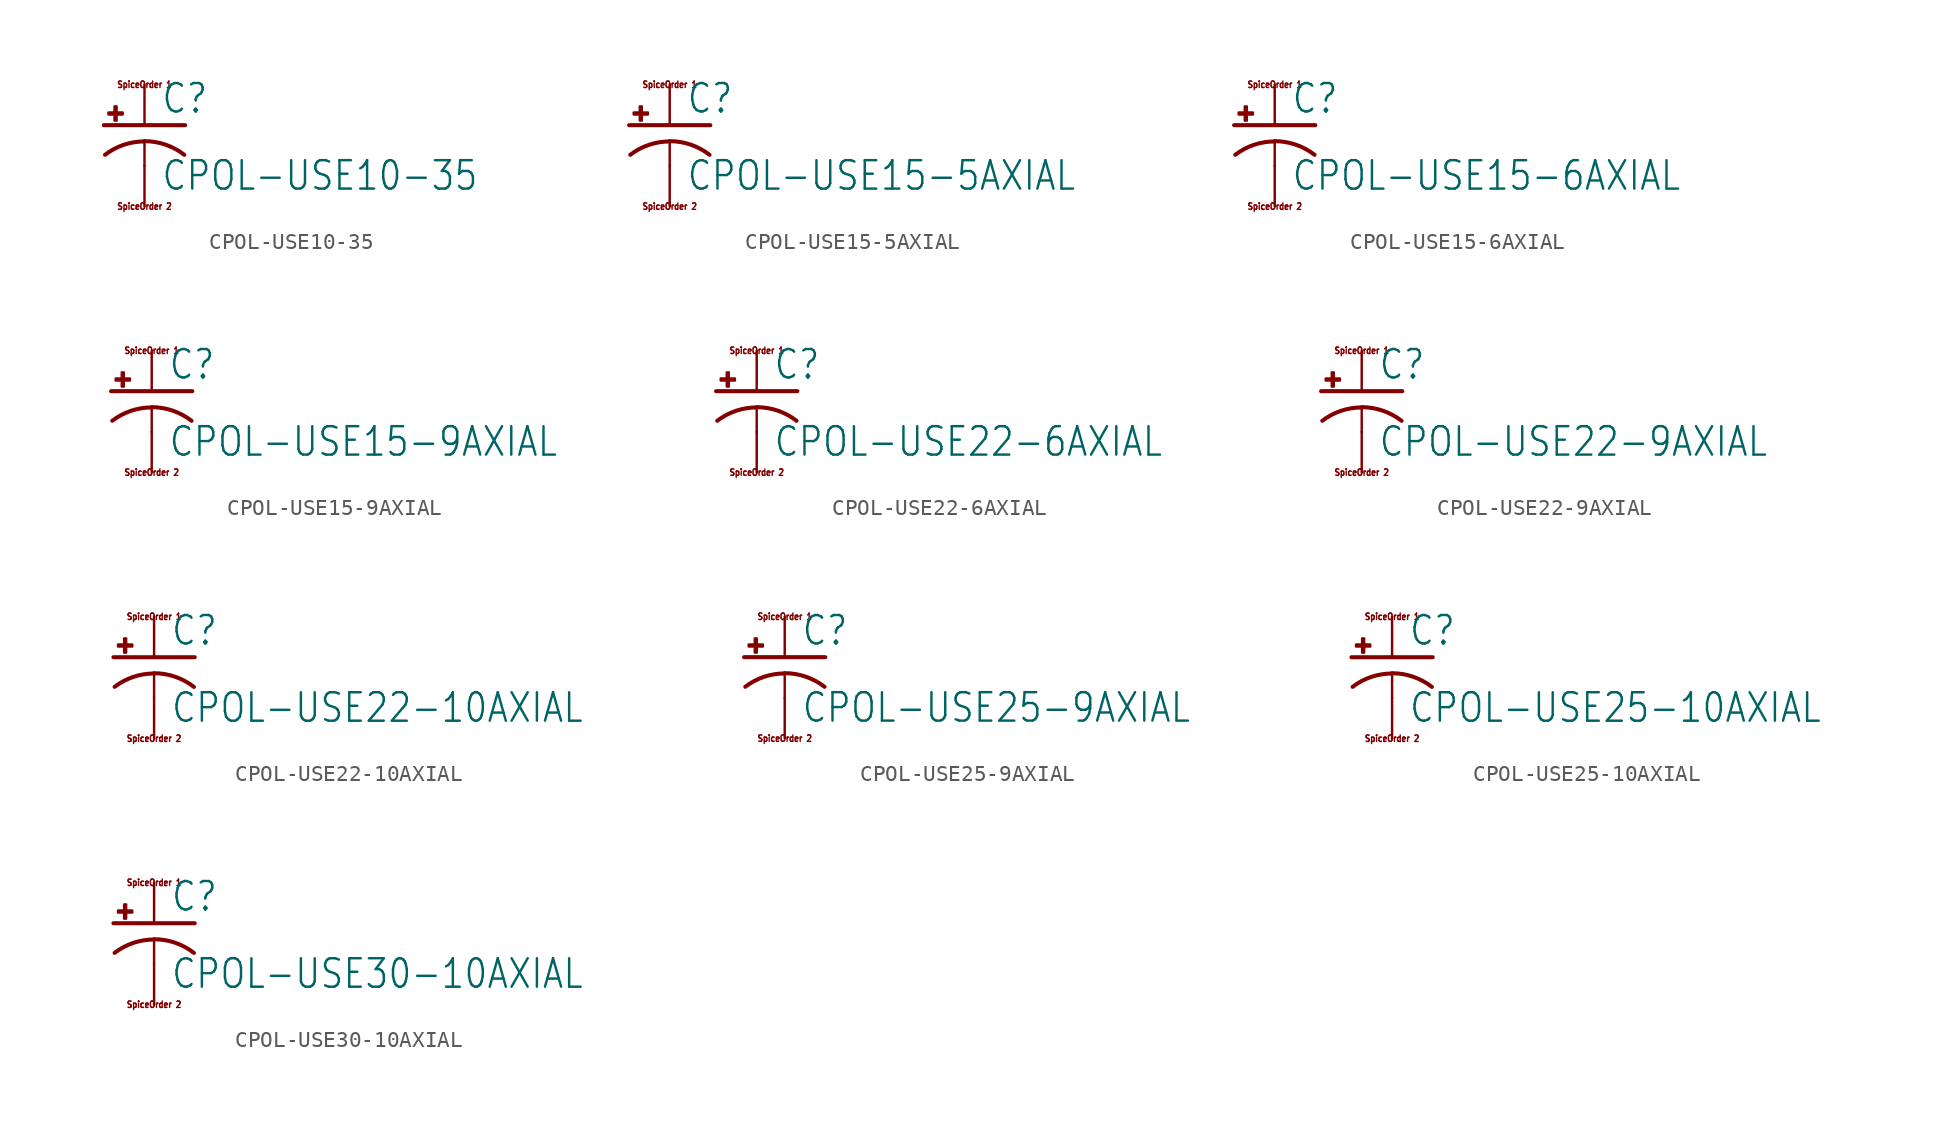
<source format=kicad_sym>
(kicad_symbol_lib
  (version 20211014)
  (generator kicad_symbol_editor)
  (symbol "CPOL-USE10-35"
    (property "Reference" "C"
      (at 1.016 0.635 0)
      (effects (font (size 1.778 1.511)) (justify left bottom)))
    (property "Value" "CPOL-USE10-35"
      (at 1.016 -4.191 0)
      (effects (font (size 1.778 1.511)) (justify left bottom)))
    (property "ki_locked" ""
      (at 0 0 0)
      (effects (font (size 1.27 1.27))))
    (symbol "CPOL-USE10-35_1_0"
      (rectangle (start -2.253 0.668) (end -1.364 0.795) (stroke (width 0) (type default) (color 0 0 0 0)) (fill (type outline)))
      (rectangle (start -1.872 0.287) (end -1.745 1.176) (stroke (width 0) (type default) (color 0 0 0 0)) (fill (type outline)))
      (arc (start 0 -1.0161) (mid -1.3021 -1.2302) (end -2.4669 -1.8504) (stroke (width 0.254) (type default) (color 0 0 0 0)) (fill (type none)))
      (polyline (pts (xy -2.54 0) (xy 2.54 0)) (stroke (width 0.254) (type default) (color 0 0 0 0)) (fill (type none)))
      (polyline (pts (xy 0 -1.016) (xy 0 -2.54)) (stroke (width 0.152) (type default) (color 0 0 0 0)) (fill (type none)))
      (arc (start 2.4892 -1.8542) (mid 1.3158 -1.2195) (end 0 -1) (stroke (width 0.254) (type default) (color 0 0 0 0)) (fill (type none)))
      (text "SpiceOrder 1" (at 0 2.54 0) (effects (font (size 0.406 0.345))))
      (text "SpiceOrder 2" (at 0 -5.08 0) (effects (font (size 0.406 0.345))))
      (pin passive line (at 0 2.54 270) (length 2.54) (name "+" (effects (font (size 0 0)))) (number "+" (effects (font (size 0 0)))))
      (pin passive line (at 0 -5.08 90) (length 2.54) (name "-" (effects (font (size 0 0)))) (number "-" (effects (font (size 0 0)))))))
  (symbol "CPOL-USE15-5AXIAL"
    (property "Reference" "C"
      (at 1.016 0.635 0)
      (effects (font (size 1.778 1.511)) (justify left bottom)))
    (property "Value" "CPOL-USE15-5AXIAL"
      (at 1.016 -4.191 0)
      (effects (font (size 1.778 1.511)) (justify left bottom)))
    (property "ki_locked" ""
      (at 0 0 0)
      (effects (font (size 1.27 1.27))))
    (symbol "CPOL-USE15-5AXIAL_1_0"
      (rectangle (start -2.253 0.668) (end -1.364 0.795) (stroke (width 0) (type default) (color 0 0 0 0)) (fill (type outline)))
      (rectangle (start -1.872 0.287) (end -1.745 1.176) (stroke (width 0) (type default) (color 0 0 0 0)) (fill (type outline)))
      (arc (start 0 -1.0161) (mid -1.3021 -1.2302) (end -2.4669 -1.8504) (stroke (width 0.254) (type default) (color 0 0 0 0)) (fill (type none)))
      (polyline (pts (xy -2.54 0) (xy 2.54 0)) (stroke (width 0.254) (type default) (color 0 0 0 0)) (fill (type none)))
      (polyline (pts (xy 0 -1.016) (xy 0 -2.54)) (stroke (width 0.152) (type default) (color 0 0 0 0)) (fill (type none)))
      (arc (start 2.4892 -1.8542) (mid 1.3158 -1.2195) (end 0 -1) (stroke (width 0.254) (type default) (color 0 0 0 0)) (fill (type none)))
      (text "SpiceOrder 1" (at 0 2.54 0) (effects (font (size 0.406 0.345))))
      (text "SpiceOrder 2" (at 0 -5.08 0) (effects (font (size 0.406 0.345))))
      (pin passive line (at 0 2.54 270) (length 2.54) (name "+" (effects (font (size 0 0)))) (number "+" (effects (font (size 0 0)))))
      (pin passive line (at 0 -5.08 90) (length 2.54) (name "-" (effects (font (size 0 0)))) (number "-" (effects (font (size 0 0)))))))
  (symbol "CPOL-USE15-6AXIAL"
    (property "Reference" "C"
      (at 1.016 0.635 0)
      (effects (font (size 1.778 1.511)) (justify left bottom)))
    (property "Value" "CPOL-USE15-6AXIAL"
      (at 1.016 -4.191 0)
      (effects (font (size 1.778 1.511)) (justify left bottom)))
    (property "ki_locked" ""
      (at 0 0 0)
      (effects (font (size 1.27 1.27))))
    (symbol "CPOL-USE15-6AXIAL_1_0"
      (rectangle (start -2.253 0.668) (end -1.364 0.795) (stroke (width 0) (type default) (color 0 0 0 0)) (fill (type outline)))
      (rectangle (start -1.872 0.287) (end -1.745 1.176) (stroke (width 0) (type default) (color 0 0 0 0)) (fill (type outline)))
      (arc (start 0 -1.0161) (mid -1.3021 -1.2302) (end -2.4669 -1.8504) (stroke (width 0.254) (type default) (color 0 0 0 0)) (fill (type none)))
      (polyline (pts (xy -2.54 0) (xy 2.54 0)) (stroke (width 0.254) (type default) (color 0 0 0 0)) (fill (type none)))
      (polyline (pts (xy 0 -1.016) (xy 0 -2.54)) (stroke (width 0.152) (type default) (color 0 0 0 0)) (fill (type none)))
      (arc (start 2.4892 -1.8542) (mid 1.3158 -1.2195) (end 0 -1) (stroke (width 0.254) (type default) (color 0 0 0 0)) (fill (type none)))
      (text "SpiceOrder 1" (at 0 2.54 0) (effects (font (size 0.406 0.345))))
      (text "SpiceOrder 2" (at 0 -5.08 0) (effects (font (size 0.406 0.345))))
      (pin passive line (at 0 2.54 270) (length 2.54) (name "+" (effects (font (size 0 0)))) (number "+" (effects (font (size 0 0)))))
      (pin passive line (at 0 -5.08 90) (length 2.54) (name "-" (effects (font (size 0 0)))) (number "-" (effects (font (size 0 0)))))))
  (symbol "CPOL-USE15-9AXIAL"
    (property "Reference" "C"
      (at 1.016 0.635 0)
      (effects (font (size 1.778 1.511)) (justify left bottom)))
    (property "Value" "CPOL-USE15-9AXIAL"
      (at 1.016 -4.191 0)
      (effects (font (size 1.778 1.511)) (justify left bottom)))
    (property "ki_locked" ""
      (at 0 0 0)
      (effects (font (size 1.27 1.27))))
    (symbol "CPOL-USE15-9AXIAL_1_0"
      (rectangle (start -2.253 0.668) (end -1.364 0.795) (stroke (width 0) (type default) (color 0 0 0 0)) (fill (type outline)))
      (rectangle (start -1.872 0.287) (end -1.745 1.176) (stroke (width 0) (type default) (color 0 0 0 0)) (fill (type outline)))
      (arc (start 0 -1.0161) (mid -1.3021 -1.2302) (end -2.4669 -1.8504) (stroke (width 0.254) (type default) (color 0 0 0 0)) (fill (type none)))
      (polyline (pts (xy -2.54 0) (xy 2.54 0)) (stroke (width 0.254) (type default) (color 0 0 0 0)) (fill (type none)))
      (polyline (pts (xy 0 -1.016) (xy 0 -2.54)) (stroke (width 0.152) (type default) (color 0 0 0 0)) (fill (type none)))
      (arc (start 2.4892 -1.8542) (mid 1.3158 -1.2195) (end 0 -1) (stroke (width 0.254) (type default) (color 0 0 0 0)) (fill (type none)))
      (text "SpiceOrder 1" (at 0 2.54 0) (effects (font (size 0.406 0.345))))
      (text "SpiceOrder 2" (at 0 -5.08 0) (effects (font (size 0.406 0.345))))
      (pin passive line (at 0 2.54 270) (length 2.54) (name "+" (effects (font (size 0 0)))) (number "+" (effects (font (size 0 0)))))
      (pin passive line (at 0 -5.08 90) (length 2.54) (name "-" (effects (font (size 0 0)))) (number "-" (effects (font (size 0 0)))))))
  (symbol "CPOL-USE22-6AXIAL"
    (property "Reference" "C"
      (at 1.016 0.635 0)
      (effects (font (size 1.778 1.511)) (justify left bottom)))
    (property "Value" "CPOL-USE22-6AXIAL"
      (at 1.016 -4.191 0)
      (effects (font (size 1.778 1.511)) (justify left bottom)))
    (property "ki_locked" ""
      (at 0 0 0)
      (effects (font (size 1.27 1.27))))
    (symbol "CPOL-USE22-6AXIAL_1_0"
      (rectangle (start -2.253 0.668) (end -1.364 0.795) (stroke (width 0) (type default) (color 0 0 0 0)) (fill (type outline)))
      (rectangle (start -1.872 0.287) (end -1.745 1.176) (stroke (width 0) (type default) (color 0 0 0 0)) (fill (type outline)))
      (arc (start 0 -1.0161) (mid -1.3021 -1.2302) (end -2.4669 -1.8504) (stroke (width 0.254) (type default) (color 0 0 0 0)) (fill (type none)))
      (polyline (pts (xy -2.54 0) (xy 2.54 0)) (stroke (width 0.254) (type default) (color 0 0 0 0)) (fill (type none)))
      (polyline (pts (xy 0 -1.016) (xy 0 -2.54)) (stroke (width 0.152) (type default) (color 0 0 0 0)) (fill (type none)))
      (arc (start 2.4892 -1.8542) (mid 1.3158 -1.2195) (end 0 -1) (stroke (width 0.254) (type default) (color 0 0 0 0)) (fill (type none)))
      (text "SpiceOrder 1" (at 0 2.54 0) (effects (font (size 0.406 0.345))))
      (text "SpiceOrder 2" (at 0 -5.08 0) (effects (font (size 0.406 0.345))))
      (pin passive line (at 0 2.54 270) (length 2.54) (name "+" (effects (font (size 0 0)))) (number "+" (effects (font (size 0 0)))))
      (pin passive line (at 0 -5.08 90) (length 2.54) (name "-" (effects (font (size 0 0)))) (number "-" (effects (font (size 0 0)))))))
  (symbol "CPOL-USE22-9AXIAL"
    (property "Reference" "C"
      (at 1.016 0.635 0)
      (effects (font (size 1.778 1.511)) (justify left bottom)))
    (property "Value" "CPOL-USE22-9AXIAL"
      (at 1.016 -4.191 0)
      (effects (font (size 1.778 1.511)) (justify left bottom)))
    (property "ki_locked" ""
      (at 0 0 0)
      (effects (font (size 1.27 1.27))))
    (symbol "CPOL-USE22-9AXIAL_1_0"
      (rectangle (start -2.253 0.668) (end -1.364 0.795) (stroke (width 0) (type default) (color 0 0 0 0)) (fill (type outline)))
      (rectangle (start -1.872 0.287) (end -1.745 1.176) (stroke (width 0) (type default) (color 0 0 0 0)) (fill (type outline)))
      (arc (start 0 -1.0161) (mid -1.3021 -1.2302) (end -2.4669 -1.8504) (stroke (width 0.254) (type default) (color 0 0 0 0)) (fill (type none)))
      (polyline (pts (xy -2.54 0) (xy 2.54 0)) (stroke (width 0.254) (type default) (color 0 0 0 0)) (fill (type none)))
      (polyline (pts (xy 0 -1.016) (xy 0 -2.54)) (stroke (width 0.152) (type default) (color 0 0 0 0)) (fill (type none)))
      (arc (start 2.4892 -1.8542) (mid 1.3158 -1.2195) (end 0 -1) (stroke (width 0.254) (type default) (color 0 0 0 0)) (fill (type none)))
      (text "SpiceOrder 1" (at 0 2.54 0) (effects (font (size 0.406 0.345))))
      (text "SpiceOrder 2" (at 0 -5.08 0) (effects (font (size 0.406 0.345))))
      (pin passive line (at 0 2.54 270) (length 2.54) (name "+" (effects (font (size 0 0)))) (number "+" (effects (font (size 0 0)))))
      (pin passive line (at 0 -5.08 90) (length 2.54) (name "-" (effects (font (size 0 0)))) (number "-" (effects (font (size 0 0)))))))
  (symbol "CPOL-USE22-10AXIAL"
    (property "Reference" "C"
      (at 1.016 0.635 0)
      (effects (font (size 1.778 1.511)) (justify left bottom)))
    (property "Value" "CPOL-USE22-10AXIAL"
      (at 1.016 -4.191 0)
      (effects (font (size 1.778 1.511)) (justify left bottom)))
    (property "ki_locked" ""
      (at 0 0 0)
      (effects (font (size 1.27 1.27))))
    (symbol "CPOL-USE22-10AXIAL_1_0"
      (rectangle (start -2.253 0.668) (end -1.364 0.795) (stroke (width 0) (type default) (color 0 0 0 0)) (fill (type outline)))
      (rectangle (start -1.872 0.287) (end -1.745 1.176) (stroke (width 0) (type default) (color 0 0 0 0)) (fill (type outline)))
      (arc (start 0 -1.0161) (mid -1.3021 -1.2302) (end -2.4669 -1.8504) (stroke (width 0.254) (type default) (color 0 0 0 0)) (fill (type none)))
      (polyline (pts (xy -2.54 0) (xy 2.54 0)) (stroke (width 0.254) (type default) (color 0 0 0 0)) (fill (type none)))
      (polyline (pts (xy 0 -1.016) (xy 0 -2.54)) (stroke (width 0.152) (type default) (color 0 0 0 0)) (fill (type none)))
      (arc (start 2.4892 -1.8542) (mid 1.3158 -1.2195) (end 0 -1) (stroke (width 0.254) (type default) (color 0 0 0 0)) (fill (type none)))
      (text "SpiceOrder 1" (at 0 2.54 0) (effects (font (size 0.406 0.345))))
      (text "SpiceOrder 2" (at 0 -5.08 0) (effects (font (size 0.406 0.345))))
      (pin passive line (at 0 2.54 270) (length 2.54) (name "+" (effects (font (size 0 0)))) (number "+" (effects (font (size 0 0)))))
      (pin passive line (at 0 -5.08 90) (length 2.54) (name "-" (effects (font (size 0 0)))) (number "-" (effects (font (size 0 0)))))))
  (symbol "CPOL-USE25-9AXIAL"
    (property "Reference" "C"
      (at 1.016 0.635 0)
      (effects (font (size 1.778 1.511)) (justify left bottom)))
    (property "Value" "CPOL-USE25-9AXIAL"
      (at 1.016 -4.191 0)
      (effects (font (size 1.778 1.511)) (justify left bottom)))
    (property "ki_locked" ""
      (at 0 0 0)
      (effects (font (size 1.27 1.27))))
    (symbol "CPOL-USE25-9AXIAL_1_0"
      (rectangle (start -2.253 0.668) (end -1.364 0.795) (stroke (width 0) (type default) (color 0 0 0 0)) (fill (type outline)))
      (rectangle (start -1.872 0.287) (end -1.745 1.176) (stroke (width 0) (type default) (color 0 0 0 0)) (fill (type outline)))
      (arc (start 0 -1.0161) (mid -1.3021 -1.2302) (end -2.4669 -1.8504) (stroke (width 0.254) (type default) (color 0 0 0 0)) (fill (type none)))
      (polyline (pts (xy -2.54 0) (xy 2.54 0)) (stroke (width 0.254) (type default) (color 0 0 0 0)) (fill (type none)))
      (polyline (pts (xy 0 -1.016) (xy 0 -2.54)) (stroke (width 0.152) (type default) (color 0 0 0 0)) (fill (type none)))
      (arc (start 2.4892 -1.8542) (mid 1.3158 -1.2195) (end 0 -1) (stroke (width 0.254) (type default) (color 0 0 0 0)) (fill (type none)))
      (text "SpiceOrder 1" (at 0 2.54 0) (effects (font (size 0.406 0.345))))
      (text "SpiceOrder 2" (at 0 -5.08 0) (effects (font (size 0.406 0.345))))
      (pin passive line (at 0 2.54 270) (length 2.54) (name "+" (effects (font (size 0 0)))) (number "+" (effects (font (size 0 0)))))
      (pin passive line (at 0 -5.08 90) (length 2.54) (name "-" (effects (font (size 0 0)))) (number "-" (effects (font (size 0 0)))))))
  (symbol "CPOL-USE25-10AXIAL"
    (property "Reference" "C"
      (at 1.016 0.635 0)
      (effects (font (size 1.778 1.511)) (justify left bottom)))
    (property "Value" "CPOL-USE25-10AXIAL"
      (at 1.016 -4.191 0)
      (effects (font (size 1.778 1.511)) (justify left bottom)))
    (property "ki_locked" ""
      (at 0 0 0)
      (effects (font (size 1.27 1.27))))
    (symbol "CPOL-USE25-10AXIAL_1_0"
      (rectangle (start -2.253 0.668) (end -1.364 0.795) (stroke (width 0) (type default) (color 0 0 0 0)) (fill (type outline)))
      (rectangle (start -1.872 0.287) (end -1.745 1.176) (stroke (width 0) (type default) (color 0 0 0 0)) (fill (type outline)))
      (arc (start 0 -1.0161) (mid -1.3021 -1.2302) (end -2.4669 -1.8504) (stroke (width 0.254) (type default) (color 0 0 0 0)) (fill (type none)))
      (polyline (pts (xy -2.54 0) (xy 2.54 0)) (stroke (width 0.254) (type default) (color 0 0 0 0)) (fill (type none)))
      (polyline (pts (xy 0 -1.016) (xy 0 -2.54)) (stroke (width 0.152) (type default) (color 0 0 0 0)) (fill (type none)))
      (arc (start 2.4892 -1.8542) (mid 1.3158 -1.2195) (end 0 -1) (stroke (width 0.254) (type default) (color 0 0 0 0)) (fill (type none)))
      (text "SpiceOrder 1" (at 0 2.54 0) (effects (font (size 0.406 0.345))))
      (text "SpiceOrder 2" (at 0 -5.08 0) (effects (font (size 0.406 0.345))))
      (pin passive line (at 0 2.54 270) (length 2.54) (name "+" (effects (font (size 0 0)))) (number "+" (effects (font (size 0 0)))))
      (pin passive line (at 0 -5.08 90) (length 2.54) (name "-" (effects (font (size 0 0)))) (number "-" (effects (font (size 0 0)))))))
  (symbol "CPOL-USE30-10AXIAL"
    (property "Reference" "C"
      (at 1.016 0.635 0)
      (effects (font (size 1.778 1.511)) (justify left bottom)))
    (property "Value" "CPOL-USE30-10AXIAL"
      (at 1.016 -4.191 0)
      (effects (font (size 1.778 1.511)) (justify left bottom)))
    (property "ki_locked" ""
      (at 0 0 0)
      (effects (font (size 1.27 1.27))))
    (symbol "CPOL-USE30-10AXIAL_1_0"
      (rectangle (start -2.253 0.668) (end -1.364 0.795) (stroke (width 0) (type default) (color 0 0 0 0)) (fill (type outline)))
      (rectangle (start -1.872 0.287) (end -1.745 1.176) (stroke (width 0) (type default) (color 0 0 0 0)) (fill (type outline)))
      (arc (start 0 -1.0161) (mid -1.3021 -1.2302) (end -2.4669 -1.8504) (stroke (width 0.254) (type default) (color 0 0 0 0)) (fill (type none)))
      (polyline (pts (xy -2.54 0) (xy 2.54 0)) (stroke (width 0.254) (type default) (color 0 0 0 0)) (fill (type none)))
      (polyline (pts (xy 0 -1.016) (xy 0 -2.54)) (stroke (width 0.152) (type default) (color 0 0 0 0)) (fill (type none)))
      (arc (start 2.4892 -1.8542) (mid 1.3158 -1.2195) (end 0 -1) (stroke (width 0.254) (type default) (color 0 0 0 0)) (fill (type none)))
      (text "SpiceOrder 1" (at 0 2.54 0) (effects (font (size 0.406 0.345))))
      (text "SpiceOrder 2" (at 0 -5.08 0) (effects (font (size 0.406 0.345))))
      (pin passive line (at 0 2.54 270) (length 2.54) (name "+" (effects (font (size 0 0)))) (number "+" (effects (font (size 0 0)))))
      (pin passive line (at 0 -5.08 90) (length 2.54) (name "-" (effects (font (size 0 0)))) (number "-" (effects (font (size 0 0))))))))
</source>
